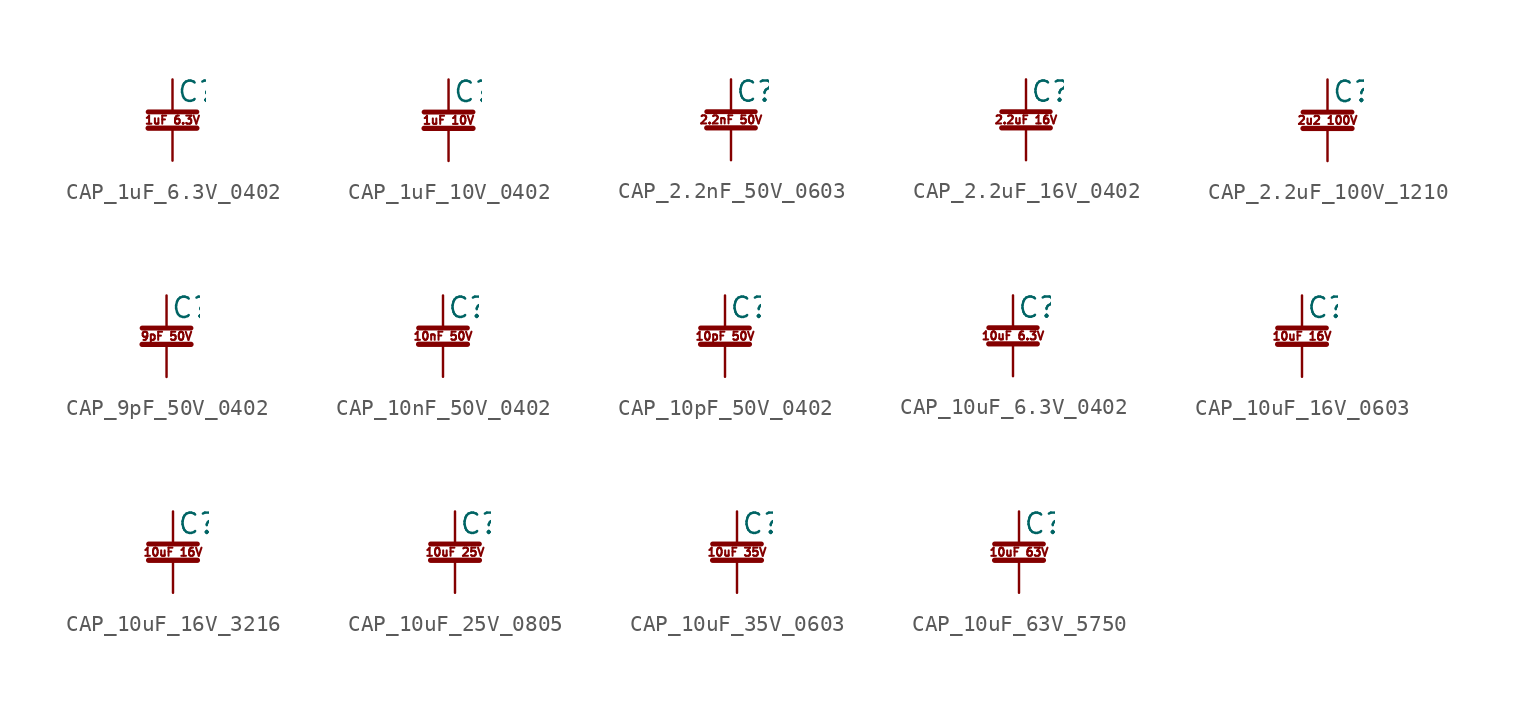
<source format=kicad_sym>
(kicad_symbol_lib
  (version 20211014)
  (generator kicad_symbol_editor)
  (symbol "CAP_1uF_6.3V_0402"
    (pin_numbers hide)
    (pin_names
      (offset 0.254) hide)
    (property "Reference" "C"
      (at 0.254 1.778 0)
      (effects (font (size 1.27 1.27)) (justify left)))
    (symbol "CAP_1uF_6.3V_0402_0_0"
      (text "1uF 6.3V" (at 0 0 0) (effects (font (size 0.508 0.508)))))
    (symbol "CAP_1uF_6.3V_0402_0_1"
      (polyline (pts (xy -1.524 -0.508) (xy 1.524 -0.508)) (stroke (width 0.33) (type default) (color 0 0 0 0)) (fill (type none)))
      (polyline (pts (xy -1.524 0.508) (xy 1.524 0.508)) (stroke (width 0.305) (type default) (color 0 0 0 0)) (fill (type none))))
    (symbol "CAP_1uF_6.3V_0402_1_1"
      (pin passive line (at 0 2.54 270) (length 2.032) (name "~" (effects (font (size 1.27 1.27)))) (number "1" (effects (font (size 1.27 1.27)))))
      (pin passive line (at 0 -2.54 90) (length 2.032) (name "~" (effects (font (size 1.27 1.27)))) (number "2" (effects (font (size 1.27 1.27)))))))
  (symbol "CAP_1uF_10V_0402"
    (pin_numbers hide)
    (pin_names
      (offset 0.254) hide)
    (property "Reference" "C"
      (at 0.254 1.778 0)
      (effects (font (size 1.27 1.27)) (justify left)))
    (symbol "CAP_1uF_10V_0402_0_0"
      (text "1uF 10V" (at 0 0 0) (effects (font (size 0.508 0.508)))))
    (symbol "CAP_1uF_10V_0402_0_1"
      (polyline (pts (xy -1.524 -0.508) (xy 1.524 -0.508)) (stroke (width 0.33) (type default) (color 0 0 0 0)) (fill (type none)))
      (polyline (pts (xy -1.524 0.508) (xy 1.524 0.508)) (stroke (width 0.305) (type default) (color 0 0 0 0)) (fill (type none))))
    (symbol "CAP_1uF_10V_0402_1_1"
      (pin passive line (at 0 2.54 270) (length 2.032) (name "~" (effects (font (size 1.27 1.27)))) (number "1" (effects (font (size 1.27 1.27)))))
      (pin passive line (at 0 -2.54 90) (length 2.032) (name "~" (effects (font (size 1.27 1.27)))) (number "2" (effects (font (size 1.27 1.27)))))))
  (symbol "CAP_2.2nF_50V_0603"
    (pin_numbers hide)
    (pin_names
      (offset 0.254) hide)
    (property "Reference" "C"
      (at 0.254 1.778 0)
      (effects (font (size 1.27 1.27)) (justify left)))
    (symbol "CAP_2.2nF_50V_0603_0_0"
      (text "2.2nF 50V" (at 0 0 0) (effects (font (size 0.508 0.508)))))
    (symbol "CAP_2.2nF_50V_0603_0_1"
      (polyline (pts (xy -1.524 -0.508) (xy 1.524 -0.508)) (stroke (width 0.33) (type default) (color 0 0 0 0)) (fill (type none)))
      (polyline (pts (xy -1.524 0.508) (xy 1.524 0.508)) (stroke (width 0.305) (type default) (color 0 0 0 0)) (fill (type none))))
    (symbol "CAP_2.2nF_50V_0603_1_1"
      (pin passive line (at 0 2.54 270) (length 2.032) (name "~" (effects (font (size 1.27 1.27)))) (number "1" (effects (font (size 1.27 1.27)))))
      (pin passive line (at 0 -2.54 90) (length 2.032) (name "~" (effects (font (size 1.27 1.27)))) (number "2" (effects (font (size 1.27 1.27)))))))
  (symbol "CAP_2.2uF_16V_0402"
    (pin_numbers hide)
    (pin_names
      (offset 0.254) hide)
    (property "Reference" "C"
      (at 0.254 1.778 0)
      (effects (font (size 1.27 1.27)) (justify left)))
    (symbol "CAP_2.2uF_16V_0402_0_0"
      (text "2.2uF 16V" (at 0 0 0) (effects (font (size 0.508 0.508)))))
    (symbol "CAP_2.2uF_16V_0402_0_1"
      (polyline (pts (xy -1.524 -0.508) (xy 1.524 -0.508)) (stroke (width 0.33) (type default) (color 0 0 0 0)) (fill (type none)))
      (polyline (pts (xy -1.524 0.508) (xy 1.524 0.508)) (stroke (width 0.305) (type default) (color 0 0 0 0)) (fill (type none))))
    (symbol "CAP_2.2uF_16V_0402_1_1"
      (pin passive line (at 0 2.54 270) (length 2.032) (name "~" (effects (font (size 1.27 1.27)))) (number "1" (effects (font (size 1.27 1.27)))))
      (pin passive line (at 0 -2.54 90) (length 2.032) (name "~" (effects (font (size 1.27 1.27)))) (number "2" (effects (font (size 1.27 1.27)))))))
  (symbol "CAP_2.2uF_100V_1210"
    (pin_numbers hide)
    (pin_names
      (offset 0.254) hide)
    (property "Reference" "C"
      (at 0.254 1.778 0)
      (effects (font (size 1.27 1.27)) (justify left)))
    (symbol "CAP_2.2uF_100V_1210_0_0"
      (text "2u2 100V" (at 0 0 0) (effects (font (size 0.508 0.508)))))
    (symbol "CAP_2.2uF_100V_1210_0_1"
      (polyline (pts (xy -1.524 -0.508) (xy 1.524 -0.508)) (stroke (width 0.33) (type default) (color 0 0 0 0)) (fill (type none)))
      (polyline (pts (xy -1.524 0.508) (xy 1.524 0.508)) (stroke (width 0.305) (type default) (color 0 0 0 0)) (fill (type none))))
    (symbol "CAP_2.2uF_100V_1210_1_1"
      (pin passive line (at 0 2.54 270) (length 2.032) (name "~" (effects (font (size 1.27 1.27)))) (number "1" (effects (font (size 1.27 1.27)))))
      (pin passive line (at 0 -2.54 90) (length 2.032) (name "~" (effects (font (size 1.27 1.27)))) (number "2" (effects (font (size 1.27 1.27)))))))
  (symbol "CAP_9pF_50V_0402"
    (pin_numbers hide)
    (pin_names
      (offset 0.254) hide)
    (property "Reference" "C"
      (at 0.254 1.778 0)
      (effects (font (size 1.27 1.27)) (justify left)))
    (symbol "CAP_9pF_50V_0402_0_0"
      (text "9pF 50V" (at 0 0 0) (effects (font (size 0.508 0.508)))))
    (symbol "CAP_9pF_50V_0402_0_1"
      (polyline (pts (xy -1.524 -0.508) (xy 1.524 -0.508)) (stroke (width 0.33) (type default) (color 0 0 0 0)) (fill (type none)))
      (polyline (pts (xy -1.524 0.508) (xy 1.524 0.508)) (stroke (width 0.305) (type default) (color 0 0 0 0)) (fill (type none))))
    (symbol "CAP_9pF_50V_0402_1_1"
      (pin passive line (at 0 2.54 270) (length 2.032) (name "~" (effects (font (size 1.27 1.27)))) (number "1" (effects (font (size 1.27 1.27)))))
      (pin passive line (at 0 -2.54 90) (length 2.032) (name "~" (effects (font (size 1.27 1.27)))) (number "2" (effects (font (size 1.27 1.27)))))))
  (symbol "CAP_10nF_50V_0402"
    (pin_numbers hide)
    (pin_names
      (offset 0.254) hide)
    (property "Reference" "C"
      (at 0.254 1.778 0)
      (effects (font (size 1.27 1.27)) (justify left)))
    (symbol "CAP_10nF_50V_0402_0_0"
      (text "10nF 50V" (at 0 0 0) (effects (font (size 0.508 0.508)))))
    (symbol "CAP_10nF_50V_0402_0_1"
      (polyline (pts (xy -1.524 -0.508) (xy 1.524 -0.508)) (stroke (width 0.33) (type default) (color 0 0 0 0)) (fill (type none)))
      (polyline (pts (xy -1.524 0.508) (xy 1.524 0.508)) (stroke (width 0.305) (type default) (color 0 0 0 0)) (fill (type none))))
    (symbol "CAP_10nF_50V_0402_1_1"
      (pin passive line (at 0 2.54 270) (length 2.032) (name "~" (effects (font (size 1.27 1.27)))) (number "1" (effects (font (size 1.27 1.27)))))
      (pin passive line (at 0 -2.54 90) (length 2.032) (name "~" (effects (font (size 1.27 1.27)))) (number "2" (effects (font (size 1.27 1.27)))))))
  (symbol "CAP_10pF_50V_0402"
    (pin_numbers hide)
    (pin_names
      (offset 0.254) hide)
    (property "Reference" "C"
      (at 0.254 1.778 0)
      (effects (font (size 1.27 1.27)) (justify left)))
    (symbol "CAP_10pF_50V_0402_0_0"
      (text "10pF 50V" (at 0 0 0) (effects (font (size 0.508 0.508)))))
    (symbol "CAP_10pF_50V_0402_0_1"
      (polyline (pts (xy -1.524 -0.508) (xy 1.524 -0.508)) (stroke (width 0.33) (type default) (color 0 0 0 0)) (fill (type none)))
      (polyline (pts (xy -1.524 0.508) (xy 1.524 0.508)) (stroke (width 0.305) (type default) (color 0 0 0 0)) (fill (type none))))
    (symbol "CAP_10pF_50V_0402_1_1"
      (pin passive line (at 0 2.54 270) (length 2.032) (name "~" (effects (font (size 1.27 1.27)))) (number "1" (effects (font (size 1.27 1.27)))))
      (pin passive line (at 0 -2.54 90) (length 2.032) (name "~" (effects (font (size 1.27 1.27)))) (number "2" (effects (font (size 1.27 1.27)))))))
  (symbol "CAP_10uF_6.3V_0402"
    (pin_numbers hide)
    (pin_names
      (offset 0.254) hide)
    (property "Reference" "C"
      (at 0.254 1.778 0)
      (effects (font (size 1.27 1.27)) (justify left)))
    (symbol "CAP_10uF_6.3V_0402_0_0"
      (text "10uF 6.3V" (at 0 0 0) (effects (font (size 0.508 0.508)))))
    (symbol "CAP_10uF_6.3V_0402_0_1"
      (polyline (pts (xy -1.524 -0.508) (xy 1.524 -0.508)) (stroke (width 0.33) (type default) (color 0 0 0 0)) (fill (type none)))
      (polyline (pts (xy -1.524 0.508) (xy 1.524 0.508)) (stroke (width 0.305) (type default) (color 0 0 0 0)) (fill (type none))))
    (symbol "CAP_10uF_6.3V_0402_1_1"
      (pin passive line (at 0 2.54 270) (length 2.032) (name "~" (effects (font (size 1.27 1.27)))) (number "1" (effects (font (size 1.27 1.27)))))
      (pin passive line (at 0 -2.54 90) (length 2.032) (name "~" (effects (font (size 1.27 1.27)))) (number "2" (effects (font (size 1.27 1.27)))))))
  (symbol "CAP_10uF_16V_0603"
    (pin_numbers hide)
    (pin_names
      (offset 0.254) hide)
    (property "Reference" "C"
      (at 0.254 1.778 0)
      (effects (font (size 1.27 1.27)) (justify left)))
    (symbol "CAP_10uF_16V_0603_0_0"
      (text "10uF 16V" (at 0 0 0) (effects (font (size 0.508 0.508)))))
    (symbol "CAP_10uF_16V_0603_0_1"
      (polyline (pts (xy -1.524 -0.508) (xy 1.524 -0.508)) (stroke (width 0.33) (type default) (color 0 0 0 0)) (fill (type none)))
      (polyline (pts (xy -1.524 0.508) (xy 1.524 0.508)) (stroke (width 0.305) (type default) (color 0 0 0 0)) (fill (type none))))
    (symbol "CAP_10uF_16V_0603_1_1"
      (pin passive line (at 0 2.54 270) (length 2.032) (name "~" (effects (font (size 1.27 1.27)))) (number "1" (effects (font (size 1.27 1.27)))))
      (pin passive line (at 0 -2.54 90) (length 2.032) (name "~" (effects (font (size 1.27 1.27)))) (number "2" (effects (font (size 1.27 1.27)))))))
  (symbol "CAP_10uF_16V_3216"
    (pin_numbers hide)
    (pin_names
      (offset 0.254) hide)
    (property "Reference" "C"
      (at 0.254 1.778 0)
      (effects (font (size 1.27 1.27)) (justify left)))
    (symbol "CAP_10uF_16V_3216_0_0"
      (text "10uF 16V" (at 0 0 0) (effects (font (size 0.508 0.508)))))
    (symbol "CAP_10uF_16V_3216_0_1"
      (polyline (pts (xy -1.524 -0.508) (xy 1.524 -0.508)) (stroke (width 0.33) (type default) (color 0 0 0 0)) (fill (type none)))
      (polyline (pts (xy -1.524 0.508) (xy 1.524 0.508)) (stroke (width 0.305) (type default) (color 0 0 0 0)) (fill (type none))))
    (symbol "CAP_10uF_16V_3216_1_1"
      (pin passive line (at 0 2.54 270) (length 2.032) (name "~" (effects (font (size 1.27 1.27)))) (number "1" (effects (font (size 1.27 1.27)))))
      (pin passive line (at 0 -2.54 90) (length 2.032) (name "~" (effects (font (size 1.27 1.27)))) (number "2" (effects (font (size 1.27 1.27)))))))
  (symbol "CAP_10uF_25V_0805"
    (pin_numbers hide)
    (pin_names
      (offset 0.254) hide)
    (property "Reference" "C"
      (at 0.254 1.778 0)
      (effects (font (size 1.27 1.27)) (justify left)))
    (symbol "CAP_10uF_25V_0805_0_0"
      (text "10uF 25V" (at 0 0 0) (effects (font (size 0.508 0.508)))))
    (symbol "CAP_10uF_25V_0805_0_1"
      (polyline (pts (xy -1.524 -0.508) (xy 1.524 -0.508)) (stroke (width 0.33) (type default) (color 0 0 0 0)) (fill (type none)))
      (polyline (pts (xy -1.524 0.508) (xy 1.524 0.508)) (stroke (width 0.305) (type default) (color 0 0 0 0)) (fill (type none))))
    (symbol "CAP_10uF_25V_0805_1_1"
      (pin passive line (at 0 2.54 270) (length 2.032) (name "~" (effects (font (size 1.27 1.27)))) (number "1" (effects (font (size 1.27 1.27)))))
      (pin passive line (at 0 -2.54 90) (length 2.032) (name "~" (effects (font (size 1.27 1.27)))) (number "2" (effects (font (size 1.27 1.27)))))))
  (symbol "CAP_10uF_35V_0603"
    (pin_numbers hide)
    (pin_names
      (offset 0.254) hide)
    (property "Reference" "C"
      (at 0.254 1.778 0)
      (effects (font (size 1.27 1.27)) (justify left)))
    (symbol "CAP_10uF_35V_0603_0_0"
      (text "10uF 35V" (at 0 0 0) (effects (font (size 0.508 0.508)))))
    (symbol "CAP_10uF_35V_0603_0_1"
      (polyline (pts (xy -1.524 -0.508) (xy 1.524 -0.508)) (stroke (width 0.33) (type default) (color 0 0 0 0)) (fill (type none)))
      (polyline (pts (xy -1.524 0.508) (xy 1.524 0.508)) (stroke (width 0.305) (type default) (color 0 0 0 0)) (fill (type none))))
    (symbol "CAP_10uF_35V_0603_1_1"
      (pin passive line (at 0 2.54 270) (length 2.032) (name "~" (effects (font (size 1.27 1.27)))) (number "1" (effects (font (size 1.27 1.27)))))
      (pin passive line (at 0 -2.54 90) (length 2.032) (name "~" (effects (font (size 1.27 1.27)))) (number "2" (effects (font (size 1.27 1.27)))))))
  (symbol "CAP_10uF_63V_5750"
    (pin_numbers hide)
    (pin_names
      (offset 0.254) hide)
    (property "Reference" "C"
      (at 0.254 1.778 0)
      (effects (font (size 1.27 1.27)) (justify left)))
    (symbol "CAP_10uF_63V_5750_0_0"
      (text "10uF 63V" (at 0 0 0) (effects (font (size 0.508 0.508)))))
    (symbol "CAP_10uF_63V_5750_0_1"
      (polyline (pts (xy -1.524 -0.508) (xy 1.524 -0.508)) (stroke (width 0.33) (type default) (color 0 0 0 0)) (fill (type none)))
      (polyline (pts (xy -1.524 0.508) (xy 1.524 0.508)) (stroke (width 0.305) (type default) (color 0 0 0 0)) (fill (type none))))
    (symbol "CAP_10uF_63V_5750_1_1"
      (pin passive line (at 0 2.54 270) (length 2.032) (name "~" (effects (font (size 1.27 1.27)))) (number "1" (effects (font (size 1.27 1.27)))))
      (pin passive line (at 0 -2.54 90) (length 2.032) (name "~" (effects (font (size 1.27 1.27)))) (number "2" (effects (font (size 1.27 1.27))))))))
</source>
